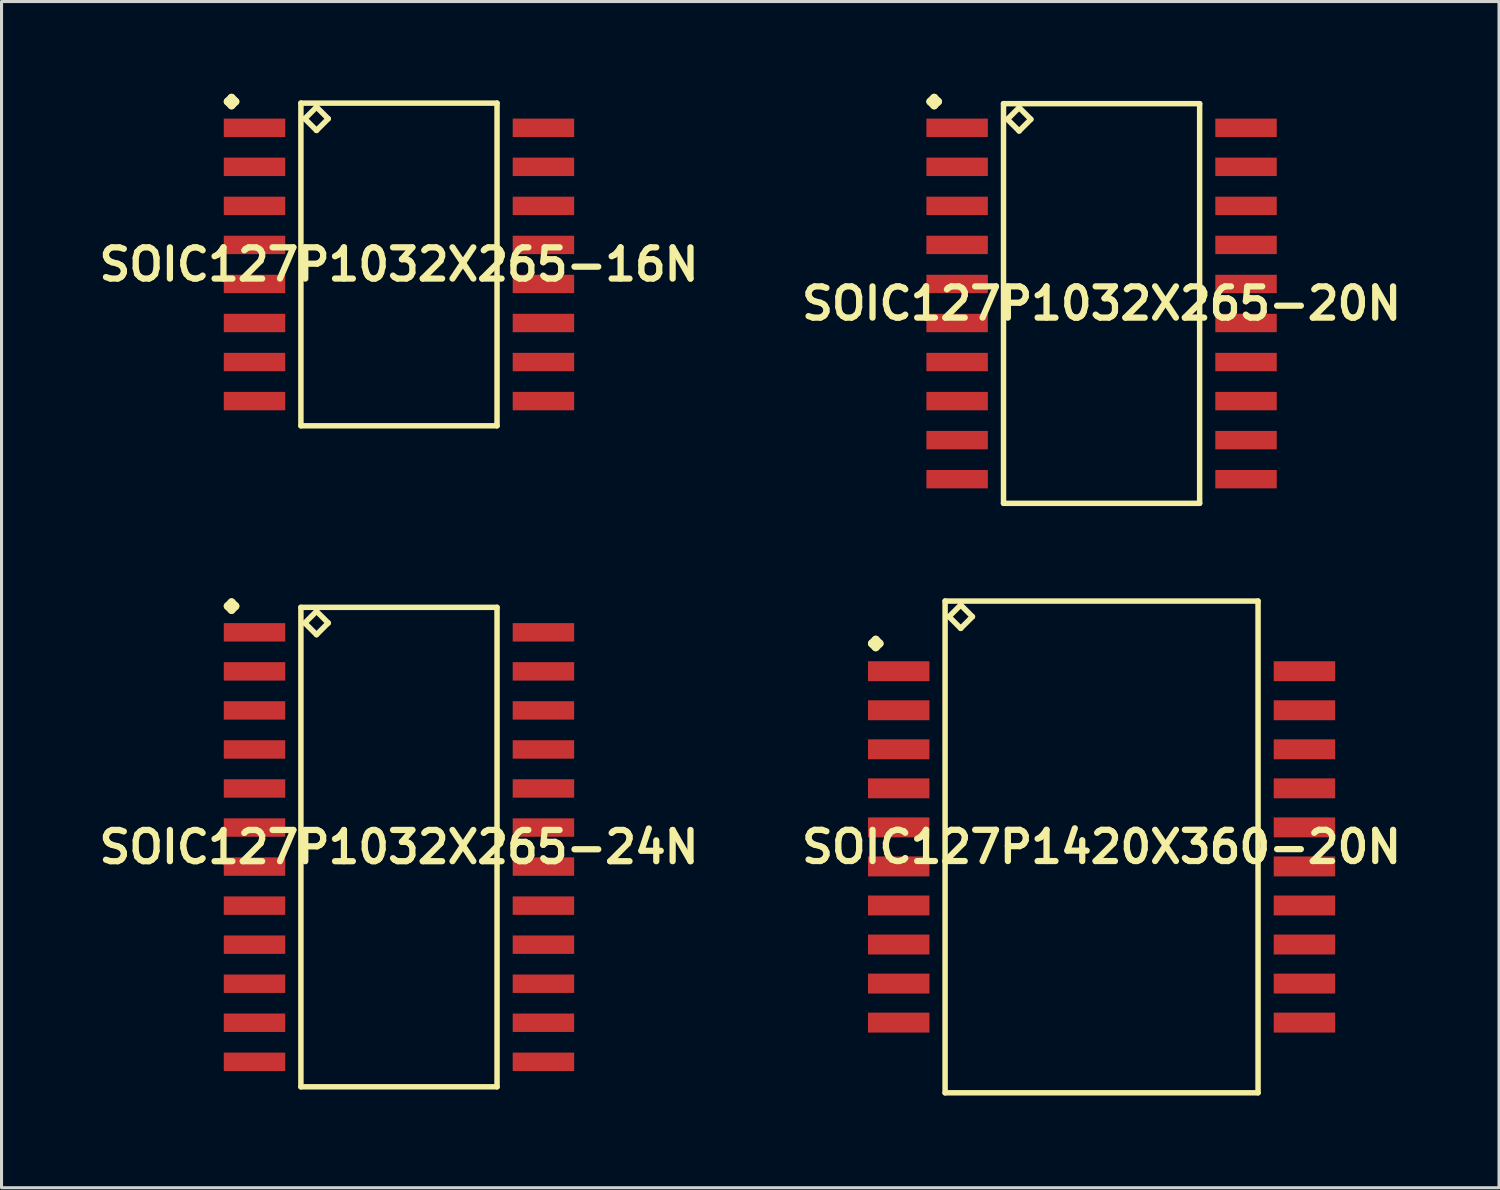
<source format=kicad_pcb>
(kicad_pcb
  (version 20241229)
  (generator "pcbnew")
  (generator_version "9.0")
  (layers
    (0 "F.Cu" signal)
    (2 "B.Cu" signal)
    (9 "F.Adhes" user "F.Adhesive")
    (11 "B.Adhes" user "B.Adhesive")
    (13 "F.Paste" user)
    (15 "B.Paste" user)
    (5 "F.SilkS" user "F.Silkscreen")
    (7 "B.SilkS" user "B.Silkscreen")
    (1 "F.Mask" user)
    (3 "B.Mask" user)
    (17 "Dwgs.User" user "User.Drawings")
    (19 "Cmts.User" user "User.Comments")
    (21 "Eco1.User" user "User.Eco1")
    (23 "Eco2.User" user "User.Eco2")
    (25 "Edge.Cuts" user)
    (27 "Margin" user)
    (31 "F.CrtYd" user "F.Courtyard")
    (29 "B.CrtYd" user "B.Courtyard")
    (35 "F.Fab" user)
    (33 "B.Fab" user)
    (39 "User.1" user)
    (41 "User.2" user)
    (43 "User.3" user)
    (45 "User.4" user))
  (footprint "SOIC127P1420X360-20N"
    (layer "F.Cu")
    (at 32.783 24.499)
    (property "Reference" "SOIC127P1420X360-20N" (at 0 0 0) (layer "F.SilkS") (effects (font (size 1.016 1.016) (thickness 0.203))))
    (attr smd)
    (fp_line (start -7.473 -6.617) (end -7.346 -6.744) (stroke (width 0.254) (type solid)) (layer "F.SilkS"))
    (fp_line (start -7.346 -6.744) (end -7.219 -6.617) (stroke (width 0.254) (type solid)) (layer "F.SilkS"))
    (fp_line (start -7.346 -6.49) (end -7.473 -6.617) (stroke (width 0.254) (type solid)) (layer "F.SilkS"))
    (fp_line (start -7.219 -6.617) (end -7.346 -6.49) (stroke (width 0.254) (type solid)) (layer "F.SilkS"))
    (fp_line (start -5.09 -7.998) (end -5.09 7.998) (stroke (width 0.178) (type solid)) (layer "F.SilkS"))
    (fp_line (start -5.09 7.998) (end 5.09 7.998) (stroke (width 0.178) (type solid)) (layer "F.SilkS"))
    (fp_line (start -4.963 -7.49) (end -4.582 -7.871) (stroke (width 0.178) (type solid)) (layer "F.SilkS"))
    (fp_line (start -4.582 -7.871) (end -4.201 -7.49) (stroke (width 0.178) (type solid)) (layer "F.SilkS"))
    (fp_line (start -4.582 -7.109) (end -4.963 -7.49) (stroke (width 0.178) (type solid)) (layer "F.SilkS"))
    (fp_line (start -4.201 -7.49) (end -4.582 -7.109) (stroke (width 0.178) (type solid)) (layer "F.SilkS"))
    (fp_line (start 5.09 -7.998) (end -5.09 -7.998) (stroke (width 0.178) (type solid)) (layer "F.SilkS"))
    (fp_line (start 5.09 7.998) (end 5.09 -7.998) (stroke (width 0.178) (type solid)) (layer "F.SilkS"))
    (pad "1" smd rect (at -6.599 -5.715) (size 1.999 0.648) (layers "F.Cu" "F.Mask" "F.Paste"))
    (pad "2" smd rect (at -6.599 -4.445) (size 1.999 0.648) (layers "F.Cu" "F.Mask" "F.Paste"))
    (pad "3" smd rect (at -6.599 -3.175) (size 1.999 0.648) (layers "F.Cu" "F.Mask" "F.Paste"))
    (pad "4" smd rect (at -6.599 -1.905) (size 1.999 0.648) (layers "F.Cu" "F.Mask" "F.Paste"))
    (pad "5" smd rect (at -6.599 -0.635) (size 1.999 0.648) (layers "F.Cu" "F.Mask" "F.Paste"))
    (pad "6" smd rect (at -6.599 0.635) (size 1.999 0.648) (layers "F.Cu" "F.Mask" "F.Paste"))
    (pad "7" smd rect (at -6.599 1.905) (size 1.999 0.648) (layers "F.Cu" "F.Mask" "F.Paste"))
    (pad "8" smd rect (at -6.599 3.175) (size 1.999 0.648) (layers "F.Cu" "F.Mask" "F.Paste"))
    (pad "9" smd rect (at -6.599 4.445) (size 1.999 0.648) (layers "F.Cu" "F.Mask" "F.Paste"))
    (pad "10" smd rect (at -6.599 5.715) (size 1.999 0.648) (layers "F.Cu" "F.Mask" "F.Paste"))
    (pad "11" smd rect (at 6.599 5.715) (size 1.999 0.648) (layers "F.Cu" "F.Mask" "F.Paste"))
    (pad "12" smd rect (at 6.599 4.445) (size 1.999 0.648) (layers "F.Cu" "F.Mask" "F.Paste"))
    (pad "13" smd rect (at 6.599 3.175) (size 1.999 0.648) (layers "F.Cu" "F.Mask" "F.Paste"))
    (pad "14" smd rect (at 6.599 1.905) (size 1.999 0.648) (layers "F.Cu" "F.Mask" "F.Paste"))
    (pad "15" smd rect (at 6.599 0.635) (size 1.999 0.648) (layers "F.Cu" "F.Mask" "F.Paste"))
    (pad "16" smd rect (at 6.599 -0.635) (size 1.999 0.648) (layers "F.Cu" "F.Mask" "F.Paste"))
    (pad "17" smd rect (at 6.599 -1.905) (size 1.999 0.648) (layers "F.Cu" "F.Mask" "F.Paste"))
    (pad "18" smd rect (at 6.599 -3.175) (size 1.999 0.648) (layers "F.Cu" "F.Mask" "F.Paste"))
    (pad "19" smd rect (at 6.599 -4.445) (size 1.999 0.648) (layers "F.Cu" "F.Mask" "F.Paste"))
    (pad "20" smd rect (at 6.599 -5.715) (size 1.999 0.648) (layers "F.Cu" "F.Mask" "F.Paste")))
  (footprint "SOIC127P1032X265-20N"
    (layer "F.Cu")
    (at 32.783 6.822)
    (property "Reference" "SOIC127P1032X265-20N" (at 0 0 0) (layer "F.SilkS") (effects (font (size 1.016 1.016) (thickness 0.203))))
    (attr smd)
    (fp_line (start -5.573 -6.568) (end -5.446 -6.695) (stroke (width 0.254) (type solid)) (layer "F.SilkS"))
    (fp_line (start -5.446 -6.695) (end -5.319 -6.568) (stroke (width 0.254) (type solid)) (layer "F.SilkS"))
    (fp_line (start -5.446 -6.441) (end -5.573 -6.568) (stroke (width 0.254) (type solid)) (layer "F.SilkS"))
    (fp_line (start -5.319 -6.568) (end -5.446 -6.441) (stroke (width 0.254) (type solid)) (layer "F.SilkS"))
    (fp_line (start -3.19 -6.5) (end -3.19 6.5) (stroke (width 0.178) (type solid)) (layer "F.SilkS"))
    (fp_line (start -3.19 6.5) (end 3.19 6.5) (stroke (width 0.178) (type solid)) (layer "F.SilkS"))
    (fp_line (start -3.063 -5.992) (end -2.682 -6.373) (stroke (width 0.178) (type solid)) (layer "F.SilkS"))
    (fp_line (start -2.682 -6.373) (end -2.301 -5.992) (stroke (width 0.178) (type solid)) (layer "F.SilkS"))
    (fp_line (start -2.682 -5.611) (end -3.063 -5.992) (stroke (width 0.178) (type solid)) (layer "F.SilkS"))
    (fp_line (start -2.301 -5.992) (end -2.682 -5.611) (stroke (width 0.178) (type solid)) (layer "F.SilkS"))
    (fp_line (start 3.19 -6.5) (end -3.19 -6.5) (stroke (width 0.178) (type solid)) (layer "F.SilkS"))
    (fp_line (start 3.19 6.5) (end 3.19 -6.5) (stroke (width 0.178) (type solid)) (layer "F.SilkS"))
    (pad "1" smd rect (at -4.699 -5.715) (size 1.999 0.599) (layers "F.Cu" "F.Mask" "F.Paste"))
    (pad "2" smd rect (at -4.699 -4.445) (size 1.999 0.599) (layers "F.Cu" "F.Mask" "F.Paste"))
    (pad "3" smd rect (at -4.699 -3.175) (size 1.999 0.599) (layers "F.Cu" "F.Mask" "F.Paste"))
    (pad "4" smd rect (at -4.699 -1.905) (size 1.999 0.599) (layers "F.Cu" "F.Mask" "F.Paste"))
    (pad "5" smd rect (at -4.699 -0.635) (size 1.999 0.599) (layers "F.Cu" "F.Mask" "F.Paste"))
    (pad "6" smd rect (at -4.699 0.635) (size 1.999 0.599) (layers "F.Cu" "F.Mask" "F.Paste"))
    (pad "7" smd rect (at -4.699 1.905) (size 1.999 0.599) (layers "F.Cu" "F.Mask" "F.Paste"))
    (pad "8" smd rect (at -4.699 3.175) (size 1.999 0.599) (layers "F.Cu" "F.Mask" "F.Paste"))
    (pad "9" smd rect (at -4.699 4.445) (size 1.999 0.599) (layers "F.Cu" "F.Mask" "F.Paste"))
    (pad "10" smd rect (at -4.699 5.715) (size 1.999 0.599) (layers "F.Cu" "F.Mask" "F.Paste"))
    (pad "11" smd rect (at 4.699 5.715) (size 1.999 0.599) (layers "F.Cu" "F.Mask" "F.Paste"))
    (pad "12" smd rect (at 4.699 4.445) (size 1.999 0.599) (layers "F.Cu" "F.Mask" "F.Paste"))
    (pad "13" smd rect (at 4.699 3.175) (size 1.999 0.599) (layers "F.Cu" "F.Mask" "F.Paste"))
    (pad "14" smd rect (at 4.699 1.905) (size 1.999 0.599) (layers "F.Cu" "F.Mask" "F.Paste"))
    (pad "15" smd rect (at 4.699 0.635) (size 1.999 0.599) (layers "F.Cu" "F.Mask" "F.Paste"))
    (pad "16" smd rect (at 4.699 -0.635) (size 1.999 0.599) (layers "F.Cu" "F.Mask" "F.Paste"))
    (pad "17" smd rect (at 4.699 -1.905) (size 1.999 0.599) (layers "F.Cu" "F.Mask" "F.Paste"))
    (pad "18" smd rect (at 4.699 -3.175) (size 1.999 0.599) (layers "F.Cu" "F.Mask" "F.Paste"))
    (pad "19" smd rect (at 4.699 -4.445) (size 1.999 0.599) (layers "F.Cu" "F.Mask" "F.Paste"))
    (pad "20" smd rect (at 4.699 -5.715) (size 1.999 0.599) (layers "F.Cu" "F.Mask" "F.Paste")))
  (footprint "SOIC127P1032X265-16N"
    (layer "F.Cu")
    (at 9.928 5.552)
    (property "Reference" "SOIC127P1032X265-16N" (at 0 0 0) (layer "F.SilkS") (effects (font (size 1.016 1.016) (thickness 0.203))))
    (attr smd)
    (fp_line (start -5.573 -5.298) (end -5.446 -5.425) (stroke (width 0.254) (type solid)) (layer "F.SilkS"))
    (fp_line (start -5.446 -5.425) (end -5.319 -5.298) (stroke (width 0.254) (type solid)) (layer "F.SilkS"))
    (fp_line (start -5.446 -5.171) (end -5.573 -5.298) (stroke (width 0.254) (type solid)) (layer "F.SilkS"))
    (fp_line (start -5.319 -5.298) (end -5.446 -5.171) (stroke (width 0.254) (type solid)) (layer "F.SilkS"))
    (fp_line (start -3.19 -5.248) (end -3.19 5.248) (stroke (width 0.178) (type solid)) (layer "F.SilkS"))
    (fp_line (start -3.19 5.248) (end 3.19 5.248) (stroke (width 0.178) (type solid)) (layer "F.SilkS"))
    (fp_line (start -3.063 -4.74) (end -2.682 -5.121) (stroke (width 0.178) (type solid)) (layer "F.SilkS"))
    (fp_line (start -2.682 -5.121) (end -2.301 -4.74) (stroke (width 0.178) (type solid)) (layer "F.SilkS"))
    (fp_line (start -2.682 -4.359) (end -3.063 -4.74) (stroke (width 0.178) (type solid)) (layer "F.SilkS"))
    (fp_line (start -2.301 -4.74) (end -2.682 -4.359) (stroke (width 0.178) (type solid)) (layer "F.SilkS"))
    (fp_line (start 3.19 -5.248) (end -3.19 -5.248) (stroke (width 0.178) (type solid)) (layer "F.SilkS"))
    (fp_line (start 3.19 5.248) (end 3.19 -5.248) (stroke (width 0.178) (type solid)) (layer "F.SilkS"))
    (pad "1" smd rect (at -4.699 -4.445) (size 1.999 0.599) (layers "F.Cu" "F.Mask" "F.Paste"))
    (pad "2" smd rect (at -4.699 -3.175) (size 1.999 0.599) (layers "F.Cu" "F.Mask" "F.Paste"))
    (pad "3" smd rect (at -4.699 -1.905) (size 1.999 0.599) (layers "F.Cu" "F.Mask" "F.Paste"))
    (pad "4" smd rect (at -4.699 -0.635) (size 1.999 0.599) (layers "F.Cu" "F.Mask" "F.Paste"))
    (pad "5" smd rect (at -4.699 0.635) (size 1.999 0.599) (layers "F.Cu" "F.Mask" "F.Paste"))
    (pad "6" smd rect (at -4.699 1.905) (size 1.999 0.599) (layers "F.Cu" "F.Mask" "F.Paste"))
    (pad "7" smd rect (at -4.699 3.175) (size 1.999 0.599) (layers "F.Cu" "F.Mask" "F.Paste"))
    (pad "8" smd rect (at -4.699 4.445) (size 1.999 0.599) (layers "F.Cu" "F.Mask" "F.Paste"))
    (pad "9" smd rect (at 4.699 4.445) (size 1.999 0.599) (layers "F.Cu" "F.Mask" "F.Paste"))
    (pad "10" smd rect (at 4.699 3.175) (size 1.999 0.599) (layers "F.Cu" "F.Mask" "F.Paste"))
    (pad "11" smd rect (at 4.699 1.905) (size 1.999 0.599) (layers "F.Cu" "F.Mask" "F.Paste"))
    (pad "12" smd rect (at 4.699 0.635) (size 1.999 0.599) (layers "F.Cu" "F.Mask" "F.Paste"))
    (pad "13" smd rect (at 4.699 -0.635) (size 1.999 0.599) (layers "F.Cu" "F.Mask" "F.Paste"))
    (pad "14" smd rect (at 4.699 -1.905) (size 1.999 0.599) (layers "F.Cu" "F.Mask" "F.Paste"))
    (pad "15" smd rect (at 4.699 -3.175) (size 1.999 0.599) (layers "F.Cu" "F.Mask" "F.Paste"))
    (pad "16" smd rect (at 4.699 -4.445) (size 1.999 0.599) (layers "F.Cu" "F.Mask" "F.Paste")))
  (footprint "SOIC127P1032X265-24N"
    (layer "F.Cu")
    (at 9.928 24.504)
    (property "Reference" "SOIC127P1032X265-24N" (at 0 0 0) (layer "F.SilkS") (effects (font (size 1.016 1.016) (thickness 0.203))))
    (attr smd)
    (fp_line (start -5.573 -7.838) (end -5.446 -7.965) (stroke (width 0.254) (type solid)) (layer "F.SilkS"))
    (fp_line (start -5.446 -7.965) (end -5.319 -7.838) (stroke (width 0.254) (type solid)) (layer "F.SilkS"))
    (fp_line (start -5.446 -7.711) (end -5.573 -7.838) (stroke (width 0.254) (type solid)) (layer "F.SilkS"))
    (fp_line (start -5.319 -7.838) (end -5.446 -7.711) (stroke (width 0.254) (type solid)) (layer "F.SilkS"))
    (fp_line (start -3.19 -7.798) (end -3.19 7.798) (stroke (width 0.178) (type solid)) (layer "F.SilkS"))
    (fp_line (start -3.19 7.798) (end 3.19 7.798) (stroke (width 0.178) (type solid)) (layer "F.SilkS"))
    (fp_line (start -3.063 -7.29) (end -2.682 -7.671) (stroke (width 0.178) (type solid)) (layer "F.SilkS"))
    (fp_line (start -2.682 -7.671) (end -2.301 -7.29) (stroke (width 0.178) (type solid)) (layer "F.SilkS"))
    (fp_line (start -2.682 -6.909) (end -3.063 -7.29) (stroke (width 0.178) (type solid)) (layer "F.SilkS"))
    (fp_line (start -2.301 -7.29) (end -2.682 -6.909) (stroke (width 0.178) (type solid)) (layer "F.SilkS"))
    (fp_line (start 3.19 -7.798) (end -3.19 -7.798) (stroke (width 0.178) (type solid)) (layer "F.SilkS"))
    (fp_line (start 3.19 7.798) (end 3.19 -7.798) (stroke (width 0.178) (type solid)) (layer "F.SilkS"))
    (pad "1" smd rect (at -4.699 -6.985) (size 1.999 0.599) (layers "F.Cu" "F.Mask" "F.Paste"))
    (pad "2" smd rect (at -4.699 -5.715) (size 1.999 0.599) (layers "F.Cu" "F.Mask" "F.Paste"))
    (pad "3" smd rect (at -4.699 -4.445) (size 1.999 0.599) (layers "F.Cu" "F.Mask" "F.Paste"))
    (pad "4" smd rect (at -4.699 -3.175) (size 1.999 0.599) (layers "F.Cu" "F.Mask" "F.Paste"))
    (pad "5" smd rect (at -4.699 -1.905) (size 1.999 0.599) (layers "F.Cu" "F.Mask" "F.Paste"))
    (pad "6" smd rect (at -4.699 -0.635) (size 1.999 0.599) (layers "F.Cu" "F.Mask" "F.Paste"))
    (pad "7" smd rect (at -4.699 0.635) (size 1.999 0.599) (layers "F.Cu" "F.Mask" "F.Paste"))
    (pad "8" smd rect (at -4.699 1.905) (size 1.999 0.599) (layers "F.Cu" "F.Mask" "F.Paste"))
    (pad "9" smd rect (at -4.699 3.175) (size 1.999 0.599) (layers "F.Cu" "F.Mask" "F.Paste"))
    (pad "10" smd rect (at -4.699 4.445) (size 1.999 0.599) (layers "F.Cu" "F.Mask" "F.Paste"))
    (pad "11" smd rect (at -4.699 5.715) (size 1.999 0.599) (layers "F.Cu" "F.Mask" "F.Paste"))
    (pad "12" smd rect (at -4.699 6.985) (size 1.999 0.599) (layers "F.Cu" "F.Mask" "F.Paste"))
    (pad "13" smd rect (at 4.699 6.985) (size 1.999 0.599) (layers "F.Cu" "F.Mask" "F.Paste"))
    (pad "14" smd rect (at 4.699 5.715) (size 1.999 0.599) (layers "F.Cu" "F.Mask" "F.Paste"))
    (pad "15" smd rect (at 4.699 4.445) (size 1.999 0.599) (layers "F.Cu" "F.Mask" "F.Paste"))
    (pad "16" smd rect (at 4.699 3.175) (size 1.999 0.599) (layers "F.Cu" "F.Mask" "F.Paste"))
    (pad "17" smd rect (at 4.699 1.905) (size 1.999 0.599) (layers "F.Cu" "F.Mask" "F.Paste"))
    (pad "18" smd rect (at 4.699 0.635) (size 1.999 0.599) (layers "F.Cu" "F.Mask" "F.Paste"))
    (pad "19" smd rect (at 4.699 -0.635) (size 1.999 0.599) (layers "F.Cu" "F.Mask" "F.Paste"))
    (pad "20" smd rect (at 4.699 -1.905) (size 1.999 0.599) (layers "F.Cu" "F.Mask" "F.Paste"))
    (pad "21" smd rect (at 4.699 -3.175) (size 1.999 0.599) (layers "F.Cu" "F.Mask" "F.Paste"))
    (pad "22" smd rect (at 4.699 -4.445) (size 1.999 0.599) (layers "F.Cu" "F.Mask" "F.Paste"))
    (pad "23" smd rect (at 4.699 -5.715) (size 1.999 0.599) (layers "F.Cu" "F.Mask" "F.Paste"))
    (pad "24" smd rect (at 4.699 -6.985) (size 1.999 0.599) (layers "F.Cu" "F.Mask" "F.Paste")))
  (gr_rect
    (start -3 -3)
    (end 45.711 35.586)
    (stroke (width 0.1) (type default))
    (fill no)
    (layer "Edge.Cuts")))
</source>
